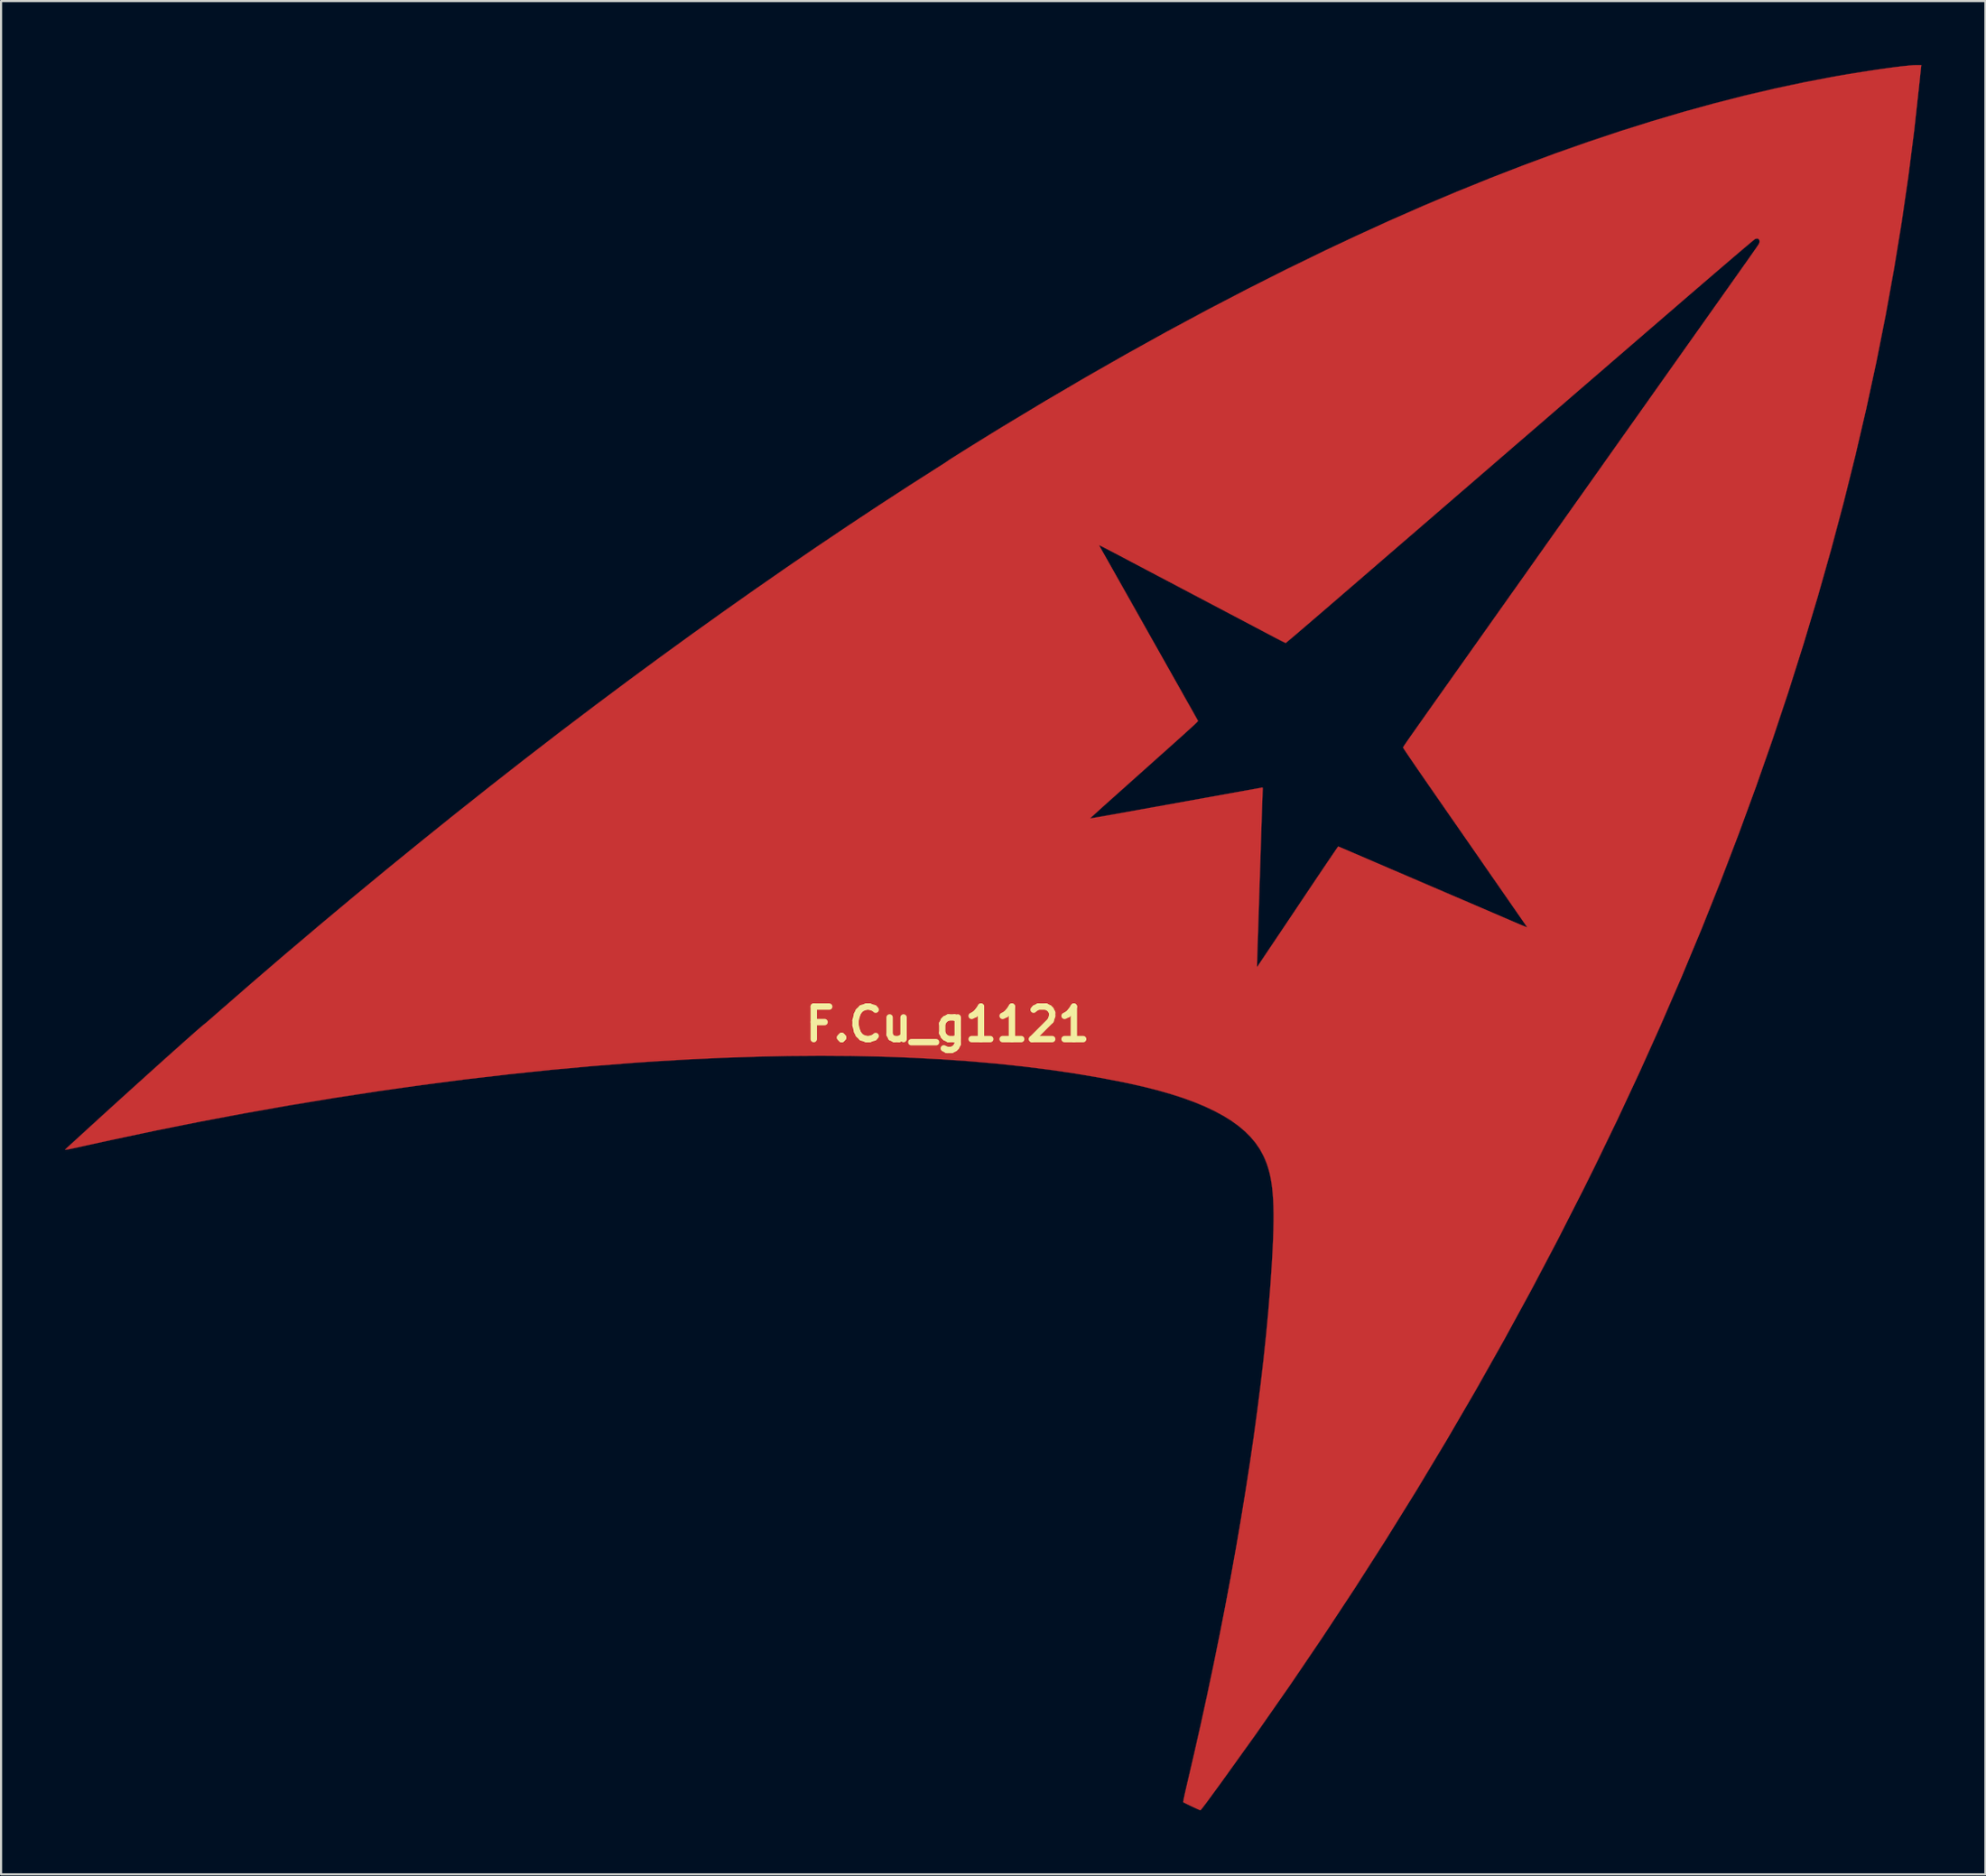
<source format=kicad_pcb>
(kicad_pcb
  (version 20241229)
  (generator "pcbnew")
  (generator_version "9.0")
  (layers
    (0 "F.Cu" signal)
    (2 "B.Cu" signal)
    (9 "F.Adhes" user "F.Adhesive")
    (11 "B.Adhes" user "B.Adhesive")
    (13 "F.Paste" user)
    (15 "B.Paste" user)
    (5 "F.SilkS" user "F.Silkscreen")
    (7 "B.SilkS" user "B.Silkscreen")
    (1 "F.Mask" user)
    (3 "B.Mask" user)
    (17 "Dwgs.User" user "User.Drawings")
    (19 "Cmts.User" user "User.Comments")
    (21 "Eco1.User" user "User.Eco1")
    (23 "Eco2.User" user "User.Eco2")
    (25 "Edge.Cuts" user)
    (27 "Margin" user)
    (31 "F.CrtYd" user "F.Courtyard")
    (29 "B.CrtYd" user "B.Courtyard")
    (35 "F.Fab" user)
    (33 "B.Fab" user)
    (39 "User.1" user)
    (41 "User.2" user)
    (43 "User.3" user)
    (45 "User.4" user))
  (footprint "F.Cu_g1121"
    (layer "F.Cu")
    (at 41.371 44.984)
    (property "Reference" "F.Cu_g1121" (at 0 0 0) (layer "F.SilkS") (effects (font (size 1.524 1.524) (thickness 0.3))))
    (attr through_hole)
    (fp_poly (pts (xy 45.626 -44.889) (xy 45.621 -44.847) (xy 45.612 -44.769) (xy 45.601 -44.659) (xy 45.587 -44.524) (xy 45.571 -44.369) (xy 45.554 -44.2) (xy 45.539 -44.058) (xy 45.305 -41.92) (xy 45.031 -39.77) (xy 44.716 -37.61) (xy 44.361 -35.44) (xy 43.967 -33.262) (xy 43.533 -31.074) (xy 43.059 -28.879) (xy 42.547 -26.678) (xy 41.996 -24.47) (xy 41.406 -22.257) (xy 40.778 -20.039) (xy 40.111 -17.817) (xy 39.407 -15.592) (xy 38.665 -13.364) (xy 37.885 -11.135) (xy 37.068 -8.905) (xy 36.214 -6.674) (xy 35.323 -4.443) (xy 34.395 -2.214) (xy 33.431 0.013) (xy 32.431 2.238) (xy 31.395 4.46) (xy 30.323 6.677) (xy 29.803 7.726) (xy 28.589 10.112) (xy 27.34 12.482) (xy 26.055 14.839) (xy 24.735 17.181) (xy 23.378 19.512) (xy 21.984 21.832) (xy 20.552 24.141) (xy 19.081 26.442) (xy 17.571 28.734) (xy 16.021 31.02) (xy 14.431 33.3) (xy 12.799 35.576) (xy 12.235 36.348) (xy 12.141 36.476) (xy 12.054 36.591) (xy 11.978 36.69) (xy 11.916 36.769) (xy 11.871 36.823) (xy 11.846 36.848) (xy 11.844 36.849) (xy 11.819 36.84) (xy 11.761 36.815) (xy 11.678 36.778) (xy 11.576 36.731) (xy 11.459 36.677) (xy 11.441 36.668) (xy 11.323 36.612) (xy 11.218 36.561) (xy 11.133 36.519) (xy 11.072 36.488) (xy 11.043 36.472) (xy 11.042 36.471) (xy 11.042 36.447) (xy 11.052 36.387) (xy 11.07 36.295) (xy 11.094 36.177) (xy 11.125 36.036) (xy 11.161 35.879) (xy 11.194 35.737) (xy 11.528 34.306) (xy 11.851 32.88) (xy 12.161 31.462) (xy 12.458 30.053) (xy 12.743 28.654) (xy 13.014 27.269) (xy 13.272 25.899) (xy 13.516 24.546) (xy 13.745 23.211) (xy 13.96 21.897) (xy 14.161 20.606) (xy 14.346 19.34) (xy 14.515 18.1) (xy 14.669 16.889) (xy 14.807 15.708) (xy 14.928 14.56) (xy 15.032 13.445) (xy 15.119 12.368) (xy 15.133 12.181) (xy 15.173 11.602) (xy 15.207 11.063) (xy 15.234 10.562) (xy 15.255 10.096) (xy 15.269 9.664) (xy 15.277 9.263) (xy 15.278 8.892) (xy 15.272 8.548) (xy 15.259 8.23) (xy 15.239 7.935) (xy 15.211 7.662) (xy 15.176 7.407) (xy 15.134 7.17) (xy 15.084 6.948) (xy 15.026 6.739) (xy 14.961 6.54) (xy 14.887 6.351) (xy 14.806 6.169) (xy 14.796 6.149) (xy 14.631 5.846) (xy 14.432 5.556) (xy 14.199 5.278) (xy 13.931 5.012) (xy 13.629 4.757) (xy 13.29 4.513) (xy 12.915 4.281) (xy 12.504 4.059) (xy 12.055 3.847) (xy 11.568 3.645) (xy 11.042 3.453) (xy 10.478 3.271) (xy 9.874 3.097) (xy 9.229 2.933) (xy 8.544 2.777) (xy 8.287 2.723) (xy 7.166 2.505) (xy 6.009 2.308) (xy 4.816 2.132) (xy 3.588 1.977) (xy 2.324 1.842) (xy 1.027 1.728) (xy -0.304 1.635) (xy -1.669 1.563) (xy -3.066 1.511) (xy -4.495 1.48) (xy -5.956 1.47) (xy -7.448 1.481) (xy -8.97 1.513) (xy -10.522 1.565) (xy -12.104 1.639) (xy -13.715 1.733) (xy -14.69 1.8) (xy -16.638 1.953) (xy -18.614 2.134) (xy -20.614 2.344) (xy -22.636 2.581) (xy -24.677 2.846) (xy -26.733 3.137) (xy -28.801 3.455) (xy -30.879 3.799) (xy -32.963 4.168) (xy -35.05 4.562) (xy -37.137 4.981) (xy -39.222 5.423) (xy -39.382 5.459) (xy -39.595 5.505) (xy -39.819 5.555) (xy -40.046 5.604) (xy -40.266 5.652) (xy -40.47 5.697) (xy -40.651 5.737) (xy -40.795 5.769) (xy -40.979 5.808) (xy -41.125 5.838) (xy -41.234 5.859) (xy -41.309 5.87) (xy -41.352 5.873) (xy -41.366 5.867) (xy -41.358 5.856) (xy -41.341 5.841) (xy -41.296 5.8) (xy -41.224 5.734) (xy -41.128 5.646) (xy -41.01 5.539) (xy -40.872 5.413) (xy -40.718 5.272) (xy -40.548 5.117) (xy -40.367 4.951) (xy -40.175 4.776) (xy -40.1 4.708) (xy -39.806 4.439) (xy -39.506 4.165) (xy -39.202 3.889) (xy -38.896 3.61) (xy -38.589 3.332) (xy -38.282 3.054) (xy -37.979 2.78) (xy -37.679 2.51) (xy -37.386 2.245) (xy -37.1 1.988) (xy -36.824 1.739) (xy -36.559 1.501) (xy -36.306 1.275) (xy -36.068 1.062) (xy -35.846 0.864) (xy -35.641 0.682) (xy -35.456 0.518) (xy -35.292 0.373) (xy -35.15 0.249) (xy -35.033 0.148) (xy -34.942 0.07) (xy -34.879 0.017) (xy -34.846 -0.008) (xy -34.844 -0.009) (xy -34.821 -0.027) (xy -34.77 -0.07) (xy -34.694 -0.135) (xy -34.597 -0.218) (xy -34.482 -0.318) (xy -34.352 -0.431) (xy -34.212 -0.553) (xy -34.132 -0.624) (xy -32.608 -1.952) (xy -31.054 -3.287) (xy -29.476 -4.624) (xy -27.88 -5.959) (xy -26.271 -7.287) (xy -24.655 -8.603) (xy -23.343 -9.658) (xy 6.676 -9.658) (xy 6.676 -9.658) (xy 6.697 -9.66) (xy 6.758 -9.67) (xy 6.854 -9.686) (xy 6.984 -9.708) (xy 7.145 -9.736) (xy 7.333 -9.769) (xy 7.546 -9.807) (xy 7.782 -9.849) (xy 8.036 -9.894) (xy 8.308 -9.943) (xy 8.593 -9.994) (xy 8.809 -10.033) (xy 9.158 -10.096) (xy 9.534 -10.164) (xy 9.929 -10.235) (xy 10.338 -10.309) (xy 10.751 -10.383) (xy 11.163 -10.458) (xy 11.566 -10.53) (xy 11.952 -10.6) (xy 12.315 -10.666) (xy 12.647 -10.725) (xy 12.806 -10.754) (xy 13.083 -10.804) (xy 13.348 -10.852) (xy 13.599 -10.897) (xy 13.833 -10.939) (xy 14.046 -10.978) (xy 14.236 -11.012) (xy 14.399 -11.042) (xy 14.533 -11.066) (xy 14.634 -11.085) (xy 14.7 -11.097) (xy 14.727 -11.102) (xy 14.748 -11.106) (xy 14.761 -11.1) (xy 14.768 -11.077) (xy 14.769 -11.031) (xy 14.765 -10.953) (xy 14.762 -10.896) (xy 14.76 -10.847) (xy 14.757 -10.759) (xy 14.753 -10.634) (xy 14.747 -10.476) (xy 14.74 -10.286) (xy 14.733 -10.069) (xy 14.725 -9.825) (xy 14.716 -9.56) (xy 14.707 -9.274) (xy 14.697 -8.972) (xy 14.687 -8.656) (xy 14.676 -8.328) (xy 14.667 -8.043) (xy 14.656 -7.683) (xy 14.644 -7.316) (xy 14.632 -6.945) (xy 14.62 -6.575) (xy 14.608 -6.211) (xy 14.597 -5.857) (xy 14.586 -5.518) (xy 14.576 -5.197) (xy 14.566 -4.9) (xy 14.557 -4.631) (xy 14.549 -4.394) (xy 14.543 -4.194) (xy 14.541 -4.149) (xy 14.534 -3.918) (xy 14.526 -3.698) (xy 14.52 -3.492) (xy 14.514 -3.305) (xy 14.509 -3.139) (xy 14.505 -3) (xy 14.502 -2.892) (xy 14.5 -2.818) (xy 14.499 -2.785) (xy 14.499 -2.681) (xy 15.151 -3.653) (xy 15.258 -3.813) (xy 15.386 -4.003) (xy 15.532 -4.221) (xy 15.693 -4.461) (xy 15.866 -4.72) (xy 16.048 -4.992) (xy 16.238 -5.275) (xy 16.431 -5.563) (xy 16.625 -5.853) (xy 16.817 -6.14) (xy 17.005 -6.421) (xy 17.046 -6.482) (xy 17.216 -6.735) (xy 17.378 -6.977) (xy 17.533 -7.207) (xy 17.678 -7.422) (xy 17.812 -7.621) (xy 17.933 -7.8) (xy 18.04 -7.957) (xy 18.131 -8.09) (xy 18.204 -8.198) (xy 18.259 -8.277) (xy 18.293 -8.325) (xy 18.306 -8.34) (xy 18.329 -8.332) (xy 18.385 -8.309) (xy 18.468 -8.275) (xy 18.573 -8.231) (xy 18.693 -8.179) (xy 18.744 -8.158) (xy 18.809 -8.13) (xy 18.91 -8.086) (xy 19.046 -8.028) (xy 19.214 -7.956) (xy 19.411 -7.871) (xy 19.636 -7.774) (xy 19.886 -7.667) (xy 20.159 -7.549) (xy 20.453 -7.423) (xy 20.764 -7.289) (xy 21.092 -7.149) (xy 21.434 -7.002) (xy 21.786 -6.85) (xy 22.148 -6.695) (xy 22.517 -6.537) (xy 22.606 -6.498) (xy 22.979 -6.338) (xy 23.347 -6.18) (xy 23.707 -6.025) (xy 24.059 -5.875) (xy 24.398 -5.729) (xy 24.723 -5.589) (xy 25.031 -5.457) (xy 25.32 -5.333) (xy 25.587 -5.218) (xy 25.83 -5.114) (xy 26.047 -5.02) (xy 26.235 -4.94) (xy 26.391 -4.872) (xy 26.514 -4.819) (xy 26.601 -4.782) (xy 26.612 -4.777) (xy 26.755 -4.716) (xy 26.884 -4.662) (xy 26.994 -4.617) (xy 27.08 -4.583) (xy 27.138 -4.561) (xy 27.164 -4.554) (xy 27.165 -4.555) (xy 27.151 -4.575) (xy 27.115 -4.628) (xy 27.056 -4.713) (xy 26.977 -4.827) (xy 26.878 -4.97) (xy 26.76 -5.14) (xy 26.625 -5.335) (xy 26.474 -5.553) (xy 26.308 -5.793) (xy 26.127 -6.054) (xy 25.933 -6.334) (xy 25.728 -6.63) (xy 25.511 -6.942) (xy 25.285 -7.268) (xy 25.051 -7.607) (xy 24.809 -7.956) (xy 24.561 -8.314) (xy 24.307 -8.679) (xy 24.049 -9.051) (xy 23.789 -9.427) (xy 23.526 -9.805) (xy 23.263 -10.185) (xy 23 -10.564) (xy 22.739 -10.941) (xy 22.546 -11.218) (xy 22.378 -11.461) (xy 22.217 -11.694) (xy 22.065 -11.915) (xy 21.923 -12.122) (xy 21.793 -12.312) (xy 21.676 -12.484) (xy 21.574 -12.634) (xy 21.49 -12.76) (xy 21.423 -12.86) (xy 21.377 -12.931) (xy 21.352 -12.971) (xy 21.348 -12.979) (xy 21.348 -12.984) (xy 21.351 -12.992) (xy 21.355 -13.003) (xy 21.364 -13.018) (xy 21.377 -13.04) (xy 21.396 -13.07) (xy 21.421 -13.109) (xy 21.455 -13.158) (xy 21.497 -13.22) (xy 21.548 -13.295) (xy 21.611 -13.385) (xy 21.685 -13.491) (xy 21.772 -13.615) (xy 21.873 -13.758) (xy 21.988 -13.921) (xy 22.119 -14.107) (xy 22.267 -14.316) (xy 22.432 -14.55) (xy 22.616 -14.811) (xy 22.82 -15.099) (xy 23.044 -15.416) (xy 23.291 -15.764) (xy 23.56 -16.144) (xy 23.781 -16.457) (xy 23.976 -16.732) (xy 24.192 -17.037) (xy 24.426 -17.368) (xy 24.676 -17.721) (xy 24.938 -18.091) (xy 25.21 -18.475) (xy 25.488 -18.868) (xy 25.77 -19.266) (xy 26.052 -19.664) (xy 26.331 -20.059) (xy 26.605 -20.445) (xy 26.87 -20.82) (xy 27.124 -21.178) (xy 27.22 -21.315) (xy 27.51 -21.725) (xy 27.805 -22.141) (xy 28.106 -22.567) (xy 28.414 -23.002) (xy 28.731 -23.449) (xy 29.057 -23.91) (xy 29.393 -24.385) (xy 29.741 -24.876) (xy 30.101 -25.385) (xy 30.475 -25.913) (xy 30.863 -26.462) (xy 31.268 -27.034) (xy 31.689 -27.629) (xy 32.128 -28.249) (xy 32.587 -28.897) (xy 33.065 -29.573) (xy 33.565 -30.279) (xy 34.087 -31.016) (xy 34.632 -31.787) (xy 34.636 -31.792) (xy 34.847 -32.09) (xy 35.067 -32.401) (xy 35.293 -32.719) (xy 35.521 -33.042) (xy 35.749 -33.365) (xy 35.974 -33.682) (xy 36.193 -33.991) (xy 36.401 -34.285) (xy 36.597 -34.562) (xy 36.777 -34.816) (xy 36.938 -35.044) (xy 37.044 -35.194) (xy 37.195 -35.407) (xy 37.34 -35.612) (xy 37.476 -35.804) (xy 37.601 -35.983) (xy 37.714 -36.144) (xy 37.812 -36.285) (xy 37.895 -36.403) (xy 37.958 -36.496) (xy 38.002 -36.56) (xy 38.023 -36.593) (xy 38.025 -36.595) (xy 38.054 -36.681) (xy 38.05 -36.76) (xy 38.023 -36.812) (xy 37.982 -36.843) (xy 37.93 -36.849) (xy 37.856 -36.83) (xy 37.846 -36.827) (xy 37.823 -36.811) (xy 37.769 -36.768) (xy 37.686 -36.699) (xy 37.573 -36.605) (xy 37.434 -36.487) (xy 37.267 -36.347) (xy 37.076 -36.184) (xy 36.86 -36) (xy 36.621 -35.796) (xy 36.361 -35.573) (xy 36.079 -35.332) (xy 35.778 -35.073) (xy 35.458 -34.799) (xy 35.121 -34.508) (xy 34.767 -34.204) (xy 34.398 -33.885) (xy 34.06 -33.593) (xy 33.699 -33.282) (xy 33.31 -32.946) (xy 32.895 -32.588) (xy 32.457 -32.21) (xy 32 -31.815) (xy 31.526 -31.406) (xy 31.038 -30.985) (xy 30.541 -30.555) (xy 30.035 -30.119) (xy 29.526 -29.679) (xy 29.016 -29.238) (xy 28.507 -28.799) (xy 28.004 -28.364) (xy 27.509 -27.937) (xy 27.025 -27.519) (xy 26.555 -27.114) (xy 26.103 -26.723) (xy 25.76 -26.427) (xy 25.341 -26.065) (xy 24.912 -25.695) (xy 24.475 -25.317) (xy 24.032 -24.935) (xy 23.586 -24.549) (xy 23.139 -24.163) (xy 22.694 -23.779) (xy 22.252 -23.398) (xy 21.817 -23.022) (xy 21.392 -22.655) (xy 20.978 -22.297) (xy 20.577 -21.951) (xy 20.194 -21.62) (xy 19.829 -21.305) (xy 19.485 -21.008) (xy 19.165 -20.732) (xy 18.872 -20.479) (xy 18.607 -20.25) (xy 18.523 -20.178) (xy 18.234 -19.928) (xy 17.953 -19.686) (xy 17.683 -19.453) (xy 17.424 -19.23) (xy 17.179 -19.02) (xy 16.949 -18.822) (xy 16.736 -18.64) (xy 16.542 -18.474) (xy 16.368 -18.325) (xy 16.216 -18.196) (xy 16.087 -18.087) (xy 15.984 -18) (xy 15.908 -17.937) (xy 15.861 -17.898) (xy 15.845 -17.886) (xy 15.821 -17.895) (xy 15.764 -17.923) (xy 15.679 -17.965) (xy 15.569 -18.021) (xy 15.439 -18.088) (xy 15.294 -18.163) (xy 15.144 -18.242) (xy 15.025 -18.305) (xy 14.87 -18.387) (xy 14.678 -18.488) (xy 14.452 -18.607) (xy 14.191 -18.745) (xy 13.896 -18.9) (xy 13.568 -19.073) (xy 13.208 -19.262) (xy 12.817 -19.469) (xy 12.395 -19.691) (xy 11.943 -19.93) (xy 11.462 -20.183) (xy 10.952 -20.452) (xy 10.415 -20.736) (xy 9.85 -21.033) (xy 9.259 -21.345) (xy 8.643 -21.669) (xy 8.226 -21.89) (xy 8.025 -21.996) (xy 7.835 -22.095) (xy 7.66 -22.187) (xy 7.503 -22.269) (xy 7.367 -22.339) (xy 7.255 -22.397) (xy 7.171 -22.439) (xy 7.118 -22.465) (xy 7.1 -22.474) (xy 7.107 -22.454) (xy 7.132 -22.404) (xy 7.171 -22.331) (xy 7.221 -22.242) (xy 7.242 -22.203) (xy 7.348 -22.016) (xy 7.467 -21.805) (xy 7.599 -21.571) (xy 7.742 -21.318) (xy 7.895 -21.046) (xy 8.057 -20.759) (xy 8.227 -20.457) (xy 8.404 -20.143) (xy 8.587 -19.82) (xy 8.773 -19.488) (xy 8.964 -19.151) (xy 9.156 -18.809) (xy 9.35 -18.466) (xy 9.543 -18.122) (xy 9.736 -17.781) (xy 9.926 -17.444) (xy 10.112 -17.113) (xy 10.294 -16.79) (xy 10.47 -16.478) (xy 10.639 -16.177) (xy 10.801 -15.891) (xy 10.953 -15.621) (xy 11.094 -15.369) (xy 11.225 -15.138) (xy 11.343 -14.929) (xy 11.447 -14.744) (xy 11.536 -14.585) (xy 11.609 -14.455) (xy 11.665 -14.355) (xy 11.703 -14.288) (xy 11.722 -14.254) (xy 11.723 -14.252) (xy 11.726 -14.248) (xy 11.73 -14.244) (xy 11.732 -14.24) (xy 11.733 -14.235) (xy 11.731 -14.228) (xy 11.725 -14.218) (xy 11.713 -14.203) (xy 11.695 -14.183) (xy 11.67 -14.157) (xy 11.636 -14.123) (xy 11.592 -14.081) (xy 11.538 -14.03) (xy 11.471 -13.968) (xy 11.391 -13.895) (xy 11.297 -13.809) (xy 11.188 -13.71) (xy 11.063 -13.597) (xy 10.92 -13.468) (xy 10.758 -13.322) (xy 10.576 -13.16) (xy 10.374 -12.978) (xy 10.149 -12.777) (xy 9.901 -12.556) (xy 9.629 -12.313) (xy 9.332 -12.047) (xy 9.008 -11.758) (xy 8.657 -11.444) (xy 8.277 -11.104) (xy 7.867 -10.738) (xy 7.636 -10.532) (xy 7.464 -10.379) (xy 7.302 -10.233) (xy 7.154 -10.099) (xy 7.02 -9.978) (xy 6.905 -9.873) (xy 6.81 -9.786) (xy 6.738 -9.72) (xy 6.693 -9.676) (xy 6.676 -9.658) (xy -23.343 -9.658) (xy -23.038 -9.903) (xy -21.425 -11.182) (xy -19.823 -12.436) (xy -18.236 -13.659) (xy -17.949 -13.877) (xy -16.468 -14.999) (xy -14.98 -16.11) (xy -13.49 -17.207) (xy -11.999 -18.289) (xy -10.51 -19.354) (xy -9.027 -20.4) (xy -7.551 -21.425) (xy -6.088 -22.426) (xy -4.638 -23.402) (xy -3.205 -24.35) (xy -1.792 -25.269) (xy -0.401 -26.157) (xy -0.275 -26.237) (xy -0.179 -26.298) (xy -0.095 -26.353) (xy -0.03 -26.397) (xy 0.01 -26.425) (xy 0.017 -26.431) (xy 0.041 -26.448) (xy 0.098 -26.485) (xy 0.184 -26.54) (xy 0.297 -26.612) (xy 0.433 -26.698) (xy 0.589 -26.796) (xy 0.762 -26.904) (xy 0.949 -27.021) (xy 1.146 -27.144) (xy 1.35 -27.271) (xy 1.559 -27.4) (xy 1.768 -27.53) (xy 1.975 -27.658) (xy 2.176 -27.782) (xy 2.369 -27.9) (xy 2.55 -28.011) (xy 2.625 -28.057) (xy 4.563 -29.224) (xy 6.485 -30.351) (xy 8.393 -31.44) (xy 10.285 -32.489) (xy 12.162 -33.499) (xy 14.024 -34.469) (xy 15.87 -35.4) (xy 17.702 -36.292) (xy 19.124 -36.962) (xy 20.72 -37.69) (xy 22.305 -38.387) (xy 23.878 -39.051) (xy 25.439 -39.684) (xy 26.986 -40.283) (xy 28.518 -40.851) (xy 30.035 -41.385) (xy 31.536 -41.886) (xy 33.021 -42.353) (xy 34.487 -42.787) (xy 35.934 -43.186) (xy 37.362 -43.551) (xy 38.77 -43.881) (xy 40.156 -44.176) (xy 41.413 -44.417) (xy 41.771 -44.481) (xy 42.131 -44.543) (xy 42.49 -44.602) (xy 42.844 -44.659) (xy 43.189 -44.713) (xy 43.523 -44.764) (xy 43.842 -44.81) (xy 44.143 -44.851) (xy 44.422 -44.888) (xy 44.677 -44.919) (xy 44.903 -44.944) (xy 45.098 -44.963) (xy 45.259 -44.975) (xy 45.381 -44.979) (xy 45.388 -44.979) (xy 45.638 -44.979) (xy 45.626 -44.889)) (stroke (width 0.01) (type solid)) (fill yes) (layer "F.Cu")))
  (gr_rect
    (start -3 -3)
    (end 90.014 84.838)
    (stroke (width 0.1) (type default))
    (fill no)
    (layer "Edge.Cuts")))
</source>
